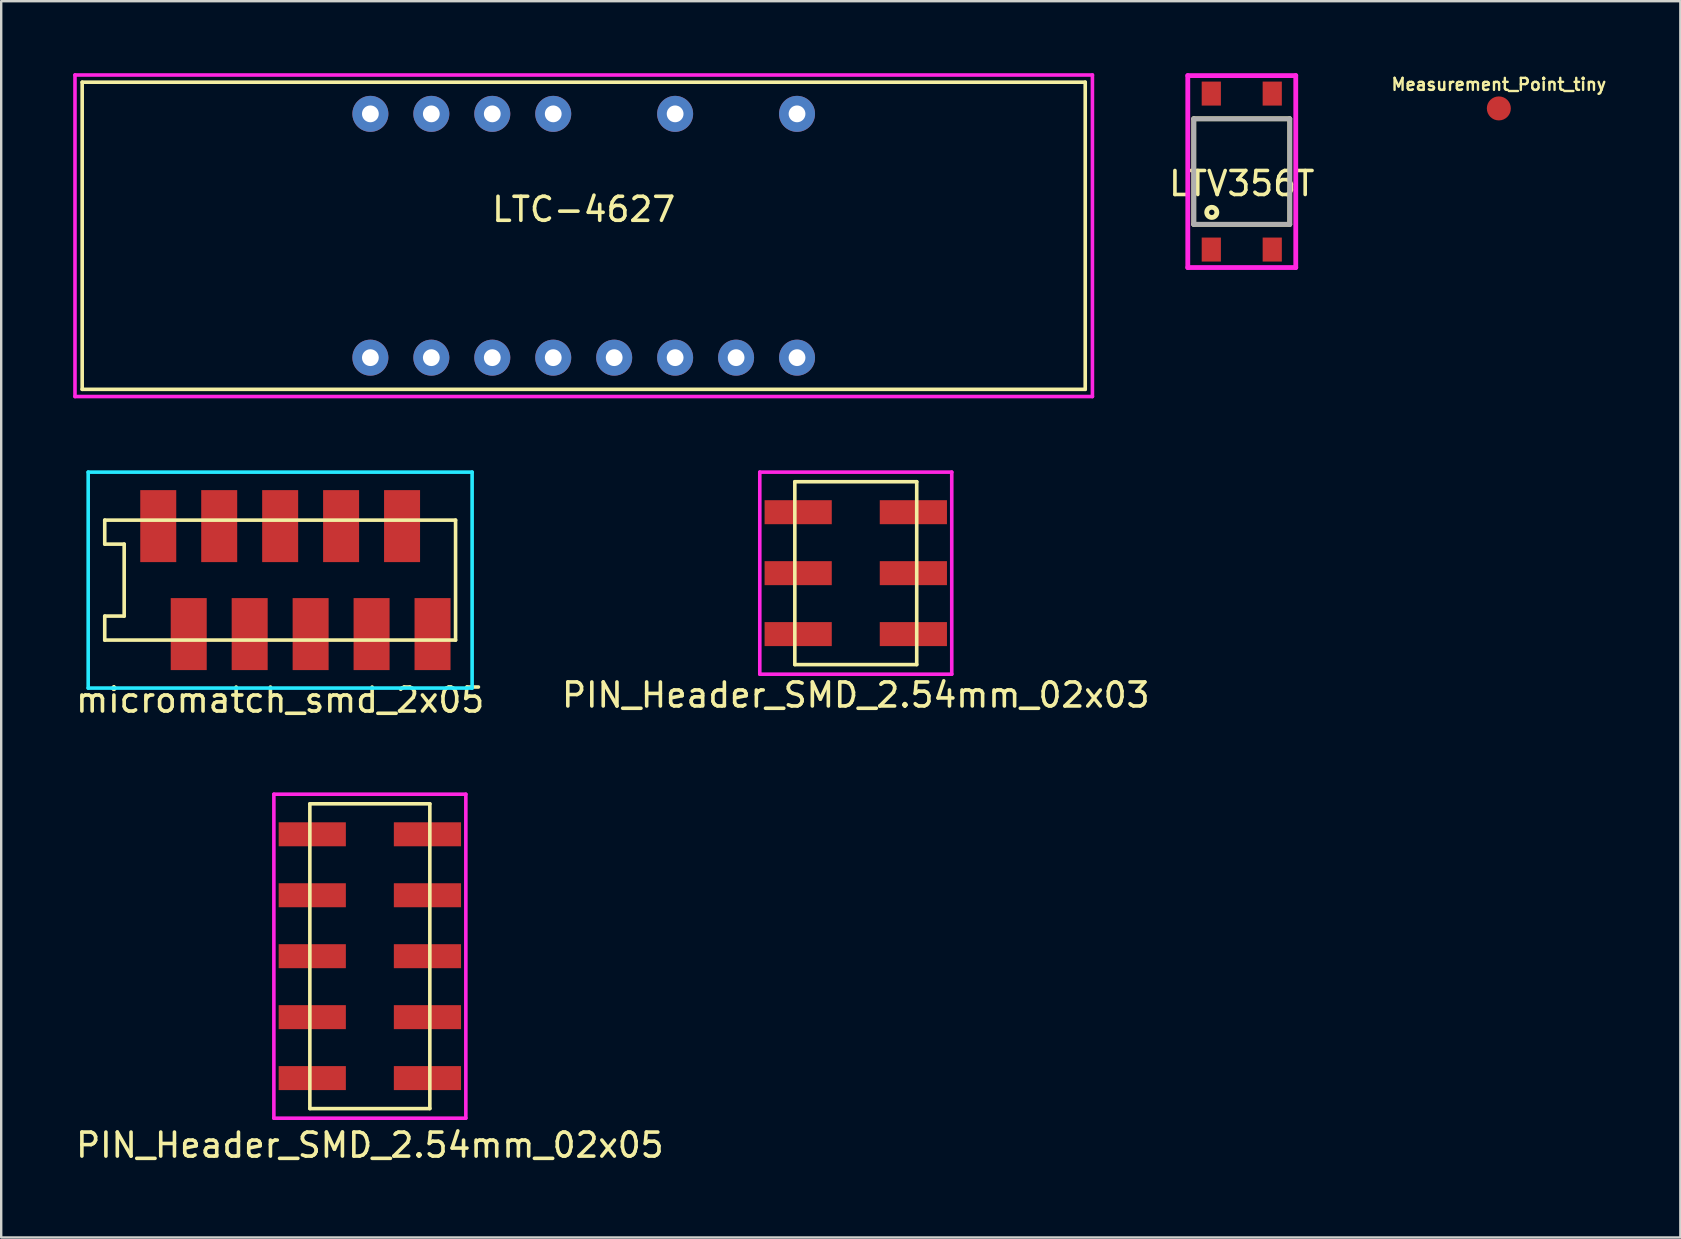
<source format=kicad_pcb>
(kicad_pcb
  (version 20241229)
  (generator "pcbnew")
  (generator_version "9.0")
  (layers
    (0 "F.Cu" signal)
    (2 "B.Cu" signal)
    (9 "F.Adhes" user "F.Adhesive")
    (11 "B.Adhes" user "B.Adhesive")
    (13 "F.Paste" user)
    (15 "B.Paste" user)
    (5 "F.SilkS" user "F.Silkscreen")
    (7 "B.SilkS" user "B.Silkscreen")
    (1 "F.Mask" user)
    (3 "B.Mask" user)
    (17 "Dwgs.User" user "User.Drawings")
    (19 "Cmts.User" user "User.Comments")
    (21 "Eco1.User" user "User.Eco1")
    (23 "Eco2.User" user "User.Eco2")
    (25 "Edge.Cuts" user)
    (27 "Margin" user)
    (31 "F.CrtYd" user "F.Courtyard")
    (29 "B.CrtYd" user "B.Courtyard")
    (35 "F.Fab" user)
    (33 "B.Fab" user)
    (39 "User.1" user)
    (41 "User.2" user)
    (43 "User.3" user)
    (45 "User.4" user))
  (footprint "LTV356T"
    (layer "F.Cu")
    (at 48.699 4.1)
    (property "Reference" "LTV356T" (at 0 0.5 0) (layer "F.SilkS") (effects (font (size 1 1) (thickness 0.15))))
    (attr through_hole)
    (fp_line (start -2 -2.2) (end 2 -2.2) (stroke (width 0.2) (type solid)) (layer "F.SilkS"))
    (fp_line (start -2 2.2) (end -2 -2.2) (stroke (width 0.2) (type solid)) (layer "F.SilkS"))
    (fp_line (start 2 -2.2) (end 2 2.2) (stroke (width 0.2) (type solid)) (layer "F.SilkS"))
    (fp_line (start 2 2.2) (end -2 2.2) (stroke (width 0.2) (type solid)) (layer "F.SilkS"))
    (fp_circle (center -1.25 1.7) (end -1.1 1.85) (stroke (width 0.2) (type solid)) (fill no) (layer "F.SilkS"))
    (fp_line (start -2.25 -4) (end 2.25 -4) (stroke (width 0.2) (type solid)) (layer "F.CrtYd"))
    (fp_line (start -2.25 4) (end -2.25 -4) (stroke (width 0.2) (type solid)) (layer "F.CrtYd"))
    (fp_line (start 2.25 -4) (end 2.25 4) (stroke (width 0.2) (type solid)) (layer "F.CrtYd"))
    (fp_line (start 2.25 4) (end -2.25 4) (stroke (width 0.2) (type solid)) (layer "F.CrtYd"))
    (fp_line (start -2 -2.2) (end 2 -2.2) (stroke (width 0.2) (type solid)) (layer "F.Fab"))
    (fp_line (start -2 2.2) (end -2 -2.2) (stroke (width 0.2) (type solid)) (layer "F.Fab"))
    (fp_line (start 2 -2.2) (end 2 2.2) (stroke (width 0.2) (type solid)) (layer "F.Fab"))
    (fp_line (start 2 2.2) (end -2 2.2) (stroke (width 0.2) (type solid)) (layer "F.Fab"))
    (pad "1" smd rect (at -1.27 3.25) (size 0.8 1) (layers "F.Cu" "F.Mask" "F.Paste"))
    (pad "3" smd rect (at 1.27 3.25) (size 0.8 1) (layers "F.Cu" "F.Mask" "F.Paste"))
    (pad "4" smd rect (at 1.27 -3.25) (size 0.8 1) (layers "F.Cu" "F.Mask" "F.Paste"))
    (pad "6" smd rect (at -1.27 -3.25) (size 0.8 1) (layers "F.Cu" "F.Mask" "F.Paste")))
  (footprint "PIN_Header_SMD_2.54mm_02x05"
    (layer "F.Cu")
    (at 12.363 36.798)
    (property "Reference" "PIN_Header_SMD_2.54mm_02x05" (at 0 7.874 0) (layer "F.SilkS") (effects (font (size 1 1) (thickness 0.15))))
    (attr through_hole)
    (fp_line (start -2.5 -6.35) (end 2.5 -6.35) (stroke (width 0.15) (type solid)) (layer "F.SilkS"))
    (fp_line (start -2.5 6.35) (end -2.5 -6.35) (stroke (width 0.15) (type solid)) (layer "F.SilkS"))
    (fp_line (start 2.5 -6.35) (end 2.5 6.35) (stroke (width 0.15) (type solid)) (layer "F.SilkS"))
    (fp_line (start 2.5 6.35) (end -2.5 6.35) (stroke (width 0.15) (type solid)) (layer "F.SilkS"))
    (fp_line (start -4 -6.75) (end 4 -6.75) (stroke (width 0.15) (type solid)) (layer "F.CrtYd"))
    (fp_line (start -4 6.75) (end -4 -6.75) (stroke (width 0.15) (type solid)) (layer "F.CrtYd"))
    (fp_line (start 4 -6.75) (end 4 6.75) (stroke (width 0.15) (type solid)) (layer "F.CrtYd"))
    (fp_line (start 4 6.75) (end -4 6.75) (stroke (width 0.15) (type solid)) (layer "F.CrtYd"))
    (pad "1" smd rect (at -2.4 -5.08 90) (size 1 2.8) (layers "F.Cu" "F.Mask" "F.Paste"))
    (pad "2" smd rect (at 2.4 -5.08 90) (size 1 2.8) (layers "F.Cu" "F.Mask" "F.Paste"))
    (pad "3" smd rect (at -2.4 -2.54 90) (size 1 2.8) (layers "F.Cu" "F.Mask" "F.Paste"))
    (pad "4" smd rect (at 2.4 -2.54 90) (size 1 2.8) (layers "F.Cu" "F.Mask" "F.Paste"))
    (pad "5" smd rect (at -2.4 0 90) (size 1 2.8) (layers "F.Cu" "F.Mask" "F.Paste"))
    (pad "6" smd rect (at 2.4 0 90) (size 1 2.8) (layers "F.Cu" "F.Mask" "F.Paste"))
    (pad "7" smd rect (at -2.4 2.54 90) (size 1 2.8) (layers "F.Cu" "F.Mask" "F.Paste"))
    (pad "8" smd rect (at 2.4 2.54 90) (size 1 2.8) (layers "F.Cu" "F.Mask" "F.Paste"))
    (pad "9" smd rect (at -2.4 5.08 90) (size 1 2.8) (layers "F.Cu" "F.Mask" "F.Paste"))
    (pad "10" smd rect (at 2.4 5.08 90) (size 1 2.8) (layers "F.Cu" "F.Mask" "F.Paste")))
  (footprint "PIN_Header_SMD_2.54mm_02x03"
    (layer "F.Cu")
    (at 32.613 20.835)
    (property "Reference" "PIN_Header_SMD_2.54mm_02x03" (at 0 5.08 0) (layer "F.SilkS") (effects (font (size 1 1) (thickness 0.15))))
    (attr through_hole)
    (fp_line (start -2.54 -3.81) (end 2.54 -3.81) (stroke (width 0.15) (type solid)) (layer "F.SilkS"))
    (fp_line (start -2.54 3.81) (end -2.54 -3.81) (stroke (width 0.15) (type solid)) (layer "F.SilkS"))
    (fp_line (start 2.54 -3.81) (end 2.54 3.81) (stroke (width 0.15) (type solid)) (layer "F.SilkS"))
    (fp_line (start 2.54 3.81) (end -2.54 3.81) (stroke (width 0.15) (type solid)) (layer "F.SilkS"))
    (fp_line (start -4 -4.21) (end 4 -4.21) (stroke (width 0.15) (type solid)) (layer "F.CrtYd"))
    (fp_line (start -4 4.21) (end -4 -4.21) (stroke (width 0.15) (type solid)) (layer "F.CrtYd"))
    (fp_line (start 4 -4.21) (end 4 4.21) (stroke (width 0.15) (type solid)) (layer "F.CrtYd"))
    (fp_line (start 4 4.21) (end -4 4.21) (stroke (width 0.15) (type solid)) (layer "F.CrtYd"))
    (pad "1" smd rect (at -2.4 -2.54 90) (size 1 2.8) (layers "F.Cu" "F.Mask" "F.Paste"))
    (pad "2" smd rect (at 2.4 -2.54 90) (size 1 2.8) (layers "F.Cu" "F.Mask" "F.Paste"))
    (pad "3" smd rect (at -2.4 0 90) (size 1 2.8) (layers "F.Cu" "F.Mask" "F.Paste"))
    (pad "4" smd rect (at 2.4 0 90) (size 1 2.8) (layers "F.Cu" "F.Mask" "F.Paste"))
    (pad "5" smd rect (at -2.4 2.54 90) (size 1 2.8) (layers "F.Cu" "F.Mask" "F.Paste"))
    (pad "6" smd rect (at 2.4 2.54 90) (size 1 2.8) (layers "F.Cu" "F.Mask" "F.Paste")))
  (footprint "LTC-4627"
    (layer "F.Cu")
    (at 21.275 6.775)
    (property "Reference" "LTC-4627" (at 0 -1.1 0) (layer "F.SilkS") (effects (font (size 1 1) (thickness 0.15))))
    (attr through_hole)
    (fp_line (start -20.9 -6.4) (end 20.9 -6.4) (stroke (width 0.15) (type solid)) (layer "F.SilkS"))
    (fp_line (start -20.9 6.4) (end -20.9 -6.4) (stroke (width 0.15) (type solid)) (layer "F.SilkS"))
    (fp_line (start 20.9 -6.4) (end 20.9 6.4) (stroke (width 0.15) (type solid)) (layer "F.SilkS"))
    (fp_line (start 20.9 6.4) (end -20.9 6.4) (stroke (width 0.15) (type solid)) (layer "F.SilkS"))
    (fp_line (start -21.2 -6.7) (end 21.2 -6.7) (stroke (width 0.15) (type solid)) (layer "F.CrtYd"))
    (fp_line (start -21.2 6.7) (end -21.2 -6.7) (stroke (width 0.15) (type solid)) (layer "F.CrtYd"))
    (fp_line (start 21.2 -6.7) (end 21.2 6.7) (stroke (width 0.15) (type solid)) (layer "F.CrtYd"))
    (fp_line (start 21.2 6.7) (end -21.2 6.7) (stroke (width 0.15) (type solid)) (layer "F.CrtYd"))
    (pad "1" thru_hole circle (at -8.89 5.08) (size 1.5 1.5) (drill 0.7) (layers "*.Cu" "*.Mask"))
    (pad "2" thru_hole circle (at -6.35 5.08) (size 1.5 1.5) (drill 0.7) (layers "*.Cu" "*.Mask"))
    (pad "3" thru_hole circle (at -3.81 5.08) (size 1.5 1.5) (drill 0.7) (layers "*.Cu" "*.Mask"))
    (pad "4" thru_hole circle (at -1.27 5.08) (size 1.5 1.5) (drill 0.7) (layers "*.Cu" "*.Mask"))
    (pad "5" thru_hole circle (at 1.27 5.08) (size 1.5 1.5) (drill 0.7) (layers "*.Cu" "*.Mask"))
    (pad "6" thru_hole circle (at 3.81 5.08) (size 1.5 1.5) (drill 0.7) (layers "*.Cu" "*.Mask"))
    (pad "7" thru_hole circle (at 6.35 5.08) (size 1.5 1.5) (drill 0.7) (layers "*.Cu" "*.Mask"))
    (pad "8" thru_hole circle (at 8.89 5.08) (size 1.5 1.5) (drill 0.7) (layers "*.Cu" "*.Mask"))
    (pad "9" thru_hole circle (at 8.89 -5.08) (size 1.5 1.5) (drill 0.7) (layers "*.Cu" "*.Mask"))
    (pad "11" thru_hole circle (at 3.81 -5.08) (size 1.5 1.5) (drill 0.7) (layers "*.Cu" "*.Mask"))
    (pad "13" thru_hole circle (at -1.27 -5.08) (size 1.5 1.5) (drill 0.7) (layers "*.Cu" "*.Mask"))
    (pad "14" thru_hole circle (at -3.81 -5.08) (size 1.5 1.5) (drill 0.7) (layers "*.Cu" "*.Mask"))
    (pad "15" thru_hole circle (at -6.35 -5.08) (size 1.5 1.5) (drill 0.7) (layers "*.Cu" "*.Mask"))
    (pad "16" thru_hole circle (at -8.89 -5.08) (size 1.5 1.5) (drill 0.7) (layers "*.Cu" "*.Mask")))
  (footprint "Measurement_Point_tiny"
    (layer "F.Cu")
    (at 59.412 1.468)
    (property "Reference" "Measurement_Point_tiny" (at 0 -1 0) (layer "F.SilkS") (effects (font (size 0.5 0.5) (thickness 0.1))))
    (attr through_hole)
    (pad "1" smd circle (at 0 0) (size 1 1) (layers "F.Cu" "F.Mask")))
  (footprint "micromatch_smd_2x05"
    (layer "F.Cu")
    (at 8.625 21.125)
    (property "Reference" "micromatch_smd_2x05" (at 0 5 0) (layer "F.SilkS") (effects (font (size 1 1) (thickness 0.15))))
    (attr through_hole)
    (fp_line (start -7.31 -2.5) (end -7.31 -1.5) (stroke (width 0.15) (type solid)) (layer "F.SilkS"))
    (fp_line (start -7.31 -1.5) (end -6.5 -1.5) (stroke (width 0.15) (type solid)) (layer "F.SilkS"))
    (fp_line (start -7.31 1.5) (end -7.31 2.5) (stroke (width 0.15) (type solid)) (layer "F.SilkS"))
    (fp_line (start -7.31 2.5) (end 7.31 2.5) (stroke (width 0.15) (type solid)) (layer "F.SilkS"))
    (fp_line (start -6.5 -1.5) (end -6.5 1.5) (stroke (width 0.15) (type solid)) (layer "F.SilkS"))
    (fp_line (start -6.5 1.5) (end -7.31 1.5) (stroke (width 0.15) (type solid)) (layer "F.SilkS"))
    (fp_line (start 7.31 -2.5) (end -7.31 -2.5) (stroke (width 0.15) (type solid)) (layer "F.SilkS"))
    (fp_line (start 7.31 2.5) (end 7.31 -2.5) (stroke (width 0.15) (type solid)) (layer "F.SilkS"))
    (fp_line (start -8 -4.5) (end 8 -4.5) (stroke (width 0.15) (type solid)) (layer "B.CrtYd"))
    (fp_line (start -8 4.5) (end -8 -4.5) (stroke (width 0.15) (type solid)) (layer "B.CrtYd"))
    (fp_line (start 8 -4.5) (end 8 4.5) (stroke (width 0.15) (type solid)) (layer "B.CrtYd"))
    (fp_line (start 8 4.5) (end -8 4.5) (stroke (width 0.15) (type solid)) (layer "B.CrtYd"))
    (pad "1" smd rect (at -5.08 -2.25) (size 1.5 3) (layers "F.Cu" "F.Mask" "F.Paste"))
    (pad "2" smd rect (at -3.81 2.25) (size 1.5 3) (layers "F.Cu" "F.Mask" "F.Paste"))
    (pad "3" smd rect (at -2.54 -2.25) (size 1.5 3) (layers "F.Cu" "F.Mask" "F.Paste"))
    (pad "4" smd rect (at -1.27 2.25) (size 1.5 3) (layers "F.Cu" "F.Mask" "F.Paste"))
    (pad "5" smd rect (at 0 -2.25) (size 1.5 3) (layers "F.Cu" "F.Mask" "F.Paste"))
    (pad "6" smd rect (at 1.27 2.25) (size 1.5 3) (layers "F.Cu" "F.Mask" "F.Paste"))
    (pad "7" smd rect (at 2.54 -2.25) (size 1.5 3) (layers "F.Cu" "F.Mask" "F.Paste"))
    (pad "8" smd rect (at 3.81 2.25) (size 1.5 3) (layers "F.Cu" "F.Mask" "F.Paste"))
    (pad "9" smd rect (at 5.08 -2.25) (size 1.5 3) (layers "F.Cu" "F.Mask" "F.Paste"))
    (pad "10" smd rect (at 6.35 2.25) (size 1.5 3) (layers "F.Cu" "F.Mask" "F.Paste")))
  (gr_rect
    (start -3 -3)
    (end 66.976 48.52)
    (stroke (width 0.1) (type default))
    (fill no)
    (layer "Edge.Cuts")))
</source>
